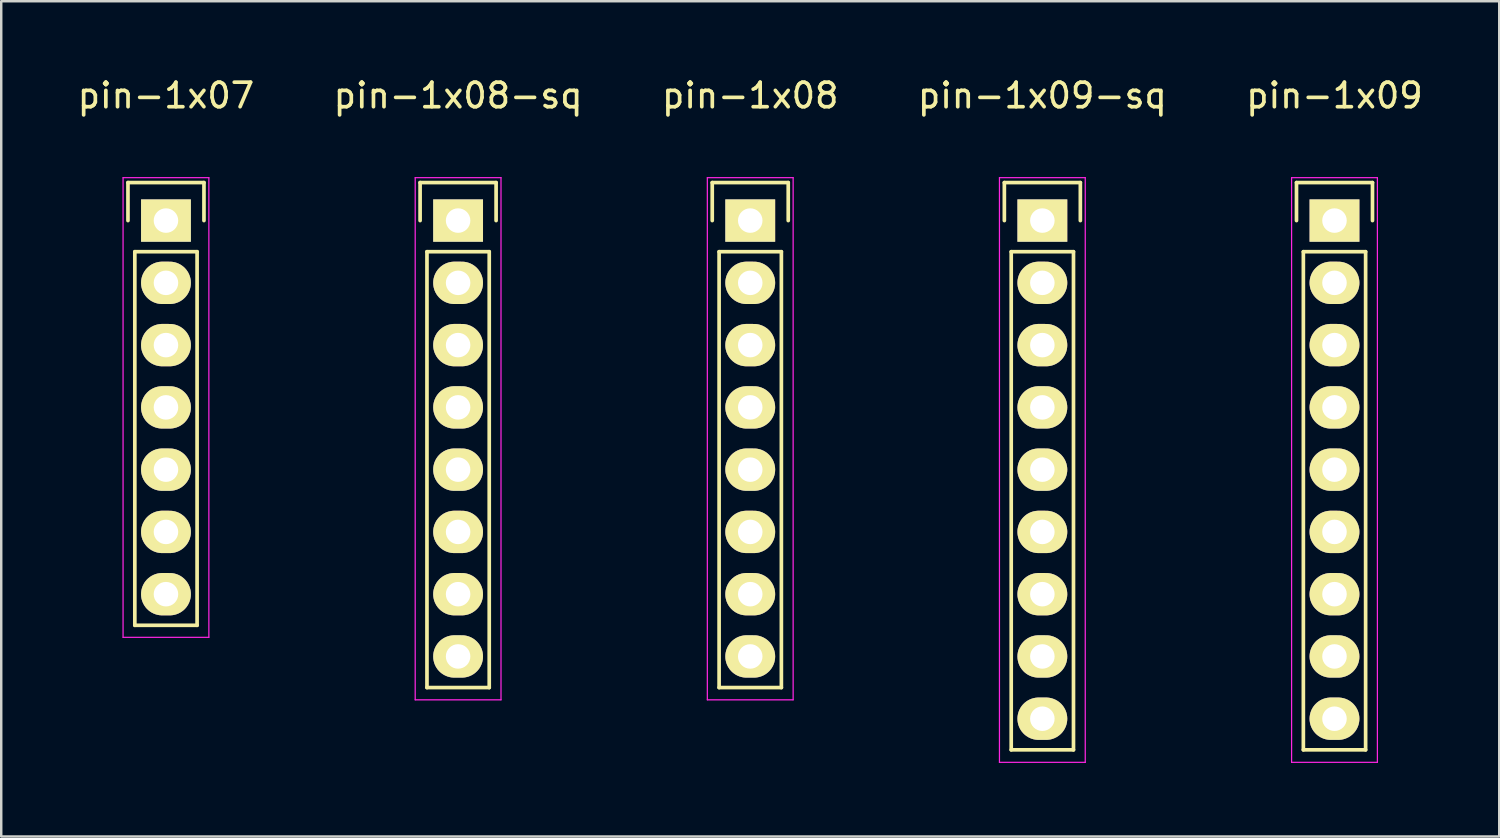
<source format=kicad_pcb>
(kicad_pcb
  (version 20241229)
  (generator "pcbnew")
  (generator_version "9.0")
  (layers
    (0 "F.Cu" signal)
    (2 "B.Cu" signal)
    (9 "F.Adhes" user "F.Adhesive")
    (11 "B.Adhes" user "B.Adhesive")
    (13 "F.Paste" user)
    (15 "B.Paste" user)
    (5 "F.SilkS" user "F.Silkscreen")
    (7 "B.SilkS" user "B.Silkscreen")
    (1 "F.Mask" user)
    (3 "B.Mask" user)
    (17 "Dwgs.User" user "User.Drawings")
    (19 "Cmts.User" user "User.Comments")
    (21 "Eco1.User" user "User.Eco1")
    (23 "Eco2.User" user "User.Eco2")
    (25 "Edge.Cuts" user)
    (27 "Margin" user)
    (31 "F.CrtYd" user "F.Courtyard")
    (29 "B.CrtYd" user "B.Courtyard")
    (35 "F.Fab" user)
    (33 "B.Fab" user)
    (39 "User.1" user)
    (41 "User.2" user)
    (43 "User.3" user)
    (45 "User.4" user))
  (footprint "pin-1x07"
    (layer "F.Cu")
    (at 3.72 5.948)
    (property "Reference" "pin-1x07" (at 0 -5.1 0) (layer "F.SilkS") (effects (font (size 1 1) (thickness 0.15))))
    (attr through_hole)
    (fp_line (start -1.55 -1.55) (end 1.55 -1.55) (stroke (width 0.15) (type solid)) (layer "F.SilkS"))
    (fp_line (start -1.55 0) (end -1.55 -1.55) (stroke (width 0.15) (type solid)) (layer "F.SilkS"))
    (fp_line (start -1.27 16.51) (end -1.27 1.27) (stroke (width 0.15) (type solid)) (layer "F.SilkS"))
    (fp_line (start 1.27 1.27) (end -1.27 1.27) (stroke (width 0.15) (type solid)) (layer "F.SilkS"))
    (fp_line (start 1.27 1.27) (end 1.27 16.51) (stroke (width 0.15) (type solid)) (layer "F.SilkS"))
    (fp_line (start 1.27 16.51) (end -1.27 16.51) (stroke (width 0.15) (type solid)) (layer "F.SilkS"))
    (fp_line (start 1.55 -1.55) (end 1.55 0) (stroke (width 0.15) (type solid)) (layer "F.SilkS"))
    (fp_line (start -1.75 -1.75) (end -1.75 17) (stroke (width 0.05) (type solid)) (layer "F.CrtYd"))
    (fp_line (start -1.75 -1.75) (end 1.75 -1.75) (stroke (width 0.05) (type solid)) (layer "F.CrtYd"))
    (fp_line (start -1.75 17) (end 1.75 17) (stroke (width 0.05) (type solid)) (layer "F.CrtYd"))
    (fp_line (start 1.75 -1.75) (end 1.75 17) (stroke (width 0.05) (type solid)) (layer "F.CrtYd"))
    (pad "1" thru_hole rect (at 0 0) (size 2.032 1.727) (drill 1) (layers "*.Cu" "*.Mask" "F.SilkS"))
    (pad "2" thru_hole oval (at 0 2.54) (size 2.032 1.727) (drill 1) (layers "*.Cu" "*.Mask" "F.SilkS"))
    (pad "3" thru_hole oval (at 0 5.08) (size 2.032 1.727) (drill 1) (layers "*.Cu" "*.Mask" "F.SilkS"))
    (pad "4" thru_hole oval (at 0 7.62) (size 2.032 1.727) (drill 1) (layers "*.Cu" "*.Mask" "F.SilkS"))
    (pad "5" thru_hole oval (at 0 10.16) (size 2.032 1.727) (drill 1) (layers "*.Cu" "*.Mask" "F.SilkS"))
    (pad "6" thru_hole oval (at 0 12.7) (size 2.032 1.727) (drill 1) (layers "*.Cu" "*.Mask" "F.SilkS"))
    (pad "7" thru_hole oval (at 0 15.24) (size 2.032 1.727) (drill 1) (layers "*.Cu" "*.Mask" "F.SilkS")))
  (footprint "pin-1x08-sq"
    (layer "F.Cu")
    (at 15.637 5.948)
    (property "Reference" "pin-1x08-sq" (at 0 -5.1 0) (layer "F.SilkS") (effects (font (size 1 1) (thickness 0.15))))
    (attr through_hole)
    (fp_line (start -1.55 -1.55) (end 1.55 -1.55) (stroke (width 0.15) (type solid)) (layer "F.SilkS"))
    (fp_line (start -1.55 0) (end -1.55 -1.55) (stroke (width 0.15) (type solid)) (layer "F.SilkS"))
    (fp_line (start -1.27 19.05) (end -1.27 1.27) (stroke (width 0.15) (type solid)) (layer "F.SilkS"))
    (fp_line (start 1.27 1.27) (end -1.27 1.27) (stroke (width 0.15) (type solid)) (layer "F.SilkS"))
    (fp_line (start 1.27 1.27) (end 1.27 19.05) (stroke (width 0.15) (type solid)) (layer "F.SilkS"))
    (fp_line (start 1.27 19.05) (end -1.27 19.05) (stroke (width 0.15) (type solid)) (layer "F.SilkS"))
    (fp_line (start 1.55 -1.55) (end 1.55 0) (stroke (width 0.15) (type solid)) (layer "F.SilkS"))
    (fp_line (start -1.75 -1.75) (end -1.75 19.55) (stroke (width 0.05) (type solid)) (layer "F.CrtYd"))
    (fp_line (start -1.75 -1.75) (end 1.75 -1.75) (stroke (width 0.05) (type solid)) (layer "F.CrtYd"))
    (fp_line (start -1.75 19.55) (end 1.75 19.55) (stroke (width 0.05) (type solid)) (layer "F.CrtYd"))
    (fp_line (start 1.75 -1.75) (end 1.75 19.55) (stroke (width 0.05) (type solid)) (layer "F.CrtYd"))
    (pad "1" thru_hole rect (at 0 0) (size 2.032 1.727) (drill 1) (layers "*.Cu" "*.Mask" "F.SilkS"))
    (pad "2" thru_hole oval (at 0 2.54) (size 2.032 1.727) (drill 1) (layers "*.Cu" "*.Mask" "F.SilkS"))
    (pad "3" thru_hole oval (at 0 5.08) (size 2.032 1.727) (drill 1) (layers "*.Cu" "*.Mask" "F.SilkS"))
    (pad "4" thru_hole oval (at 0 7.62) (size 2.032 1.727) (drill 1) (layers "*.Cu" "*.Mask" "F.SilkS"))
    (pad "5" thru_hole oval (at 0 10.16) (size 2.032 1.727) (drill 1) (layers "*.Cu" "*.Mask" "F.SilkS"))
    (pad "6" thru_hole oval (at 0 12.7) (size 2.032 1.727) (drill 1) (layers "*.Cu" "*.Mask" "F.SilkS"))
    (pad "7" thru_hole oval (at 0 15.24) (size 2.032 1.727) (drill 1) (layers "*.Cu" "*.Mask" "F.SilkS"))
    (pad "8" thru_hole oval (at 0 17.78) (size 2.032 1.727) (drill 1) (layers "*.Cu" "*.Mask" "F.SilkS")))
  (footprint "pin-1x08"
    (layer "F.Cu")
    (at 27.554 5.948)
    (property "Reference" "pin-1x08" (at 0 -5.1 0) (layer "F.SilkS") (effects (font (size 1 1) (thickness 0.15))))
    (attr through_hole)
    (fp_line (start -1.55 -1.55) (end 1.55 -1.55) (stroke (width 0.15) (type solid)) (layer "F.SilkS"))
    (fp_line (start -1.55 0) (end -1.55 -1.55) (stroke (width 0.15) (type solid)) (layer "F.SilkS"))
    (fp_line (start -1.27 19.05) (end -1.27 1.27) (stroke (width 0.15) (type solid)) (layer "F.SilkS"))
    (fp_line (start 1.27 1.27) (end -1.27 1.27) (stroke (width 0.15) (type solid)) (layer "F.SilkS"))
    (fp_line (start 1.27 1.27) (end 1.27 19.05) (stroke (width 0.15) (type solid)) (layer "F.SilkS"))
    (fp_line (start 1.27 19.05) (end -1.27 19.05) (stroke (width 0.15) (type solid)) (layer "F.SilkS"))
    (fp_line (start 1.55 -1.55) (end 1.55 0) (stroke (width 0.15) (type solid)) (layer "F.SilkS"))
    (fp_line (start -1.75 -1.75) (end -1.75 19.55) (stroke (width 0.05) (type solid)) (layer "F.CrtYd"))
    (fp_line (start -1.75 -1.75) (end 1.75 -1.75) (stroke (width 0.05) (type solid)) (layer "F.CrtYd"))
    (fp_line (start -1.75 19.55) (end 1.75 19.55) (stroke (width 0.05) (type solid)) (layer "F.CrtYd"))
    (fp_line (start 1.75 -1.75) (end 1.75 19.55) (stroke (width 0.05) (type solid)) (layer "F.CrtYd"))
    (pad "1" thru_hole rect (at 0 0) (size 2.032 1.727) (drill 1) (layers "*.Cu" "*.Mask" "F.SilkS"))
    (pad "2" thru_hole oval (at 0 2.54) (size 2.032 1.727) (drill 1) (layers "*.Cu" "*.Mask" "F.SilkS"))
    (pad "3" thru_hole oval (at 0 5.08) (size 2.032 1.727) (drill 1) (layers "*.Cu" "*.Mask" "F.SilkS"))
    (pad "4" thru_hole oval (at 0 7.62) (size 2.032 1.727) (drill 1) (layers "*.Cu" "*.Mask" "F.SilkS"))
    (pad "5" thru_hole oval (at 0 10.16) (size 2.032 1.727) (drill 1) (layers "*.Cu" "*.Mask" "F.SilkS"))
    (pad "6" thru_hole oval (at 0 12.7) (size 2.032 1.727) (drill 1) (layers "*.Cu" "*.Mask" "F.SilkS"))
    (pad "7" thru_hole oval (at 0 15.24) (size 2.032 1.727) (drill 1) (layers "*.Cu" "*.Mask" "F.SilkS"))
    (pad "8" thru_hole oval (at 0 17.78) (size 2.032 1.727) (drill 1) (layers "*.Cu" "*.Mask" "F.SilkS")))
  (footprint "pin-1x09"
    (layer "F.Cu")
    (at 51.387 5.948)
    (property "Reference" "pin-1x09" (at 0 -5.1 0) (layer "F.SilkS") (effects (font (size 1 1) (thickness 0.15))))
    (attr through_hole)
    (fp_line (start -1.55 -1.55) (end 1.55 -1.55) (stroke (width 0.15) (type solid)) (layer "F.SilkS"))
    (fp_line (start -1.55 0) (end -1.55 -1.55) (stroke (width 0.15) (type solid)) (layer "F.SilkS"))
    (fp_line (start -1.27 21.59) (end -1.27 1.27) (stroke (width 0.15) (type solid)) (layer "F.SilkS"))
    (fp_line (start 1.27 1.27) (end -1.27 1.27) (stroke (width 0.15) (type solid)) (layer "F.SilkS"))
    (fp_line (start 1.27 1.27) (end 1.27 21.59) (stroke (width 0.15) (type solid)) (layer "F.SilkS"))
    (fp_line (start 1.27 21.59) (end -1.27 21.59) (stroke (width 0.15) (type solid)) (layer "F.SilkS"))
    (fp_line (start 1.55 -1.55) (end 1.55 0) (stroke (width 0.15) (type solid)) (layer "F.SilkS"))
    (fp_line (start -1.75 -1.75) (end -1.75 22.1) (stroke (width 0.05) (type solid)) (layer "F.CrtYd"))
    (fp_line (start -1.75 -1.75) (end 1.75 -1.75) (stroke (width 0.05) (type solid)) (layer "F.CrtYd"))
    (fp_line (start -1.75 22.1) (end 1.75 22.1) (stroke (width 0.05) (type solid)) (layer "F.CrtYd"))
    (fp_line (start 1.75 -1.75) (end 1.75 22.1) (stroke (width 0.05) (type solid)) (layer "F.CrtYd"))
    (pad "1" thru_hole rect (at 0 0) (size 2.032 1.727) (drill 1) (layers "*.Cu" "*.Mask" "F.SilkS"))
    (pad "2" thru_hole oval (at 0 2.54) (size 2.032 1.727) (drill 1) (layers "*.Cu" "*.Mask" "F.SilkS"))
    (pad "3" thru_hole oval (at 0 5.08) (size 2.032 1.727) (drill 1) (layers "*.Cu" "*.Mask" "F.SilkS"))
    (pad "4" thru_hole oval (at 0 7.62) (size 2.032 1.727) (drill 1) (layers "*.Cu" "*.Mask" "F.SilkS"))
    (pad "5" thru_hole oval (at 0 10.16) (size 2.032 1.727) (drill 1) (layers "*.Cu" "*.Mask" "F.SilkS"))
    (pad "6" thru_hole oval (at 0 12.7) (size 2.032 1.727) (drill 1) (layers "*.Cu" "*.Mask" "F.SilkS"))
    (pad "7" thru_hole oval (at 0 15.24) (size 2.032 1.727) (drill 1) (layers "*.Cu" "*.Mask" "F.SilkS"))
    (pad "8" thru_hole oval (at 0 17.78) (size 2.032 1.727) (drill 1) (layers "*.Cu" "*.Mask" "F.SilkS"))
    (pad "9" thru_hole oval (at 0 20.32) (size 2.032 1.727) (drill 1) (layers "*.Cu" "*.Mask" "F.SilkS")))
  (footprint "pin-1x09-sq"
    (layer "F.Cu")
    (at 39.47 5.948)
    (property "Reference" "pin-1x09-sq" (at 0 -5.1 0) (layer "F.SilkS") (effects (font (size 1 1) (thickness 0.15))))
    (attr through_hole)
    (fp_line (start -1.55 -1.55) (end 1.55 -1.55) (stroke (width 0.15) (type solid)) (layer "F.SilkS"))
    (fp_line (start -1.55 0) (end -1.55 -1.55) (stroke (width 0.15) (type solid)) (layer "F.SilkS"))
    (fp_line (start -1.27 21.59) (end -1.27 1.27) (stroke (width 0.15) (type solid)) (layer "F.SilkS"))
    (fp_line (start 1.27 1.27) (end -1.27 1.27) (stroke (width 0.15) (type solid)) (layer "F.SilkS"))
    (fp_line (start 1.27 1.27) (end 1.27 21.59) (stroke (width 0.15) (type solid)) (layer "F.SilkS"))
    (fp_line (start 1.27 21.59) (end -1.27 21.59) (stroke (width 0.15) (type solid)) (layer "F.SilkS"))
    (fp_line (start 1.55 -1.55) (end 1.55 0) (stroke (width 0.15) (type solid)) (layer "F.SilkS"))
    (fp_line (start -1.75 -1.75) (end -1.75 22.1) (stroke (width 0.05) (type solid)) (layer "F.CrtYd"))
    (fp_line (start -1.75 -1.75) (end 1.75 -1.75) (stroke (width 0.05) (type solid)) (layer "F.CrtYd"))
    (fp_line (start -1.75 22.1) (end 1.75 22.1) (stroke (width 0.05) (type solid)) (layer "F.CrtYd"))
    (fp_line (start 1.75 -1.75) (end 1.75 22.1) (stroke (width 0.05) (type solid)) (layer "F.CrtYd"))
    (pad "1" thru_hole rect (at 0 0) (size 2.032 1.727) (drill 1) (layers "*.Cu" "*.Mask" "F.SilkS"))
    (pad "2" thru_hole oval (at 0 2.54) (size 2.032 1.727) (drill 1) (layers "*.Cu" "*.Mask" "F.SilkS"))
    (pad "3" thru_hole oval (at 0 5.08) (size 2.032 1.727) (drill 1) (layers "*.Cu" "*.Mask" "F.SilkS"))
    (pad "4" thru_hole oval (at 0 7.62) (size 2.032 1.727) (drill 1) (layers "*.Cu" "*.Mask" "F.SilkS"))
    (pad "5" thru_hole oval (at 0 10.16) (size 2.032 1.727) (drill 1) (layers "*.Cu" "*.Mask" "F.SilkS"))
    (pad "6" thru_hole oval (at 0 12.7) (size 2.032 1.727) (drill 1) (layers "*.Cu" "*.Mask" "F.SilkS"))
    (pad "7" thru_hole oval (at 0 15.24) (size 2.032 1.727) (drill 1) (layers "*.Cu" "*.Mask" "F.SilkS"))
    (pad "8" thru_hole oval (at 0 17.78) (size 2.032 1.727) (drill 1) (layers "*.Cu" "*.Mask" "F.SilkS"))
    (pad "9" thru_hole oval (at 0 20.32) (size 2.032 1.727) (drill 1) (layers "*.Cu" "*.Mask" "F.SilkS")))
  (gr_rect
    (start -3 -3)
    (end 58.107 31.073)
    (stroke (width 0.1) (type default))
    (fill no)
    (layer "Edge.Cuts")))
</source>
